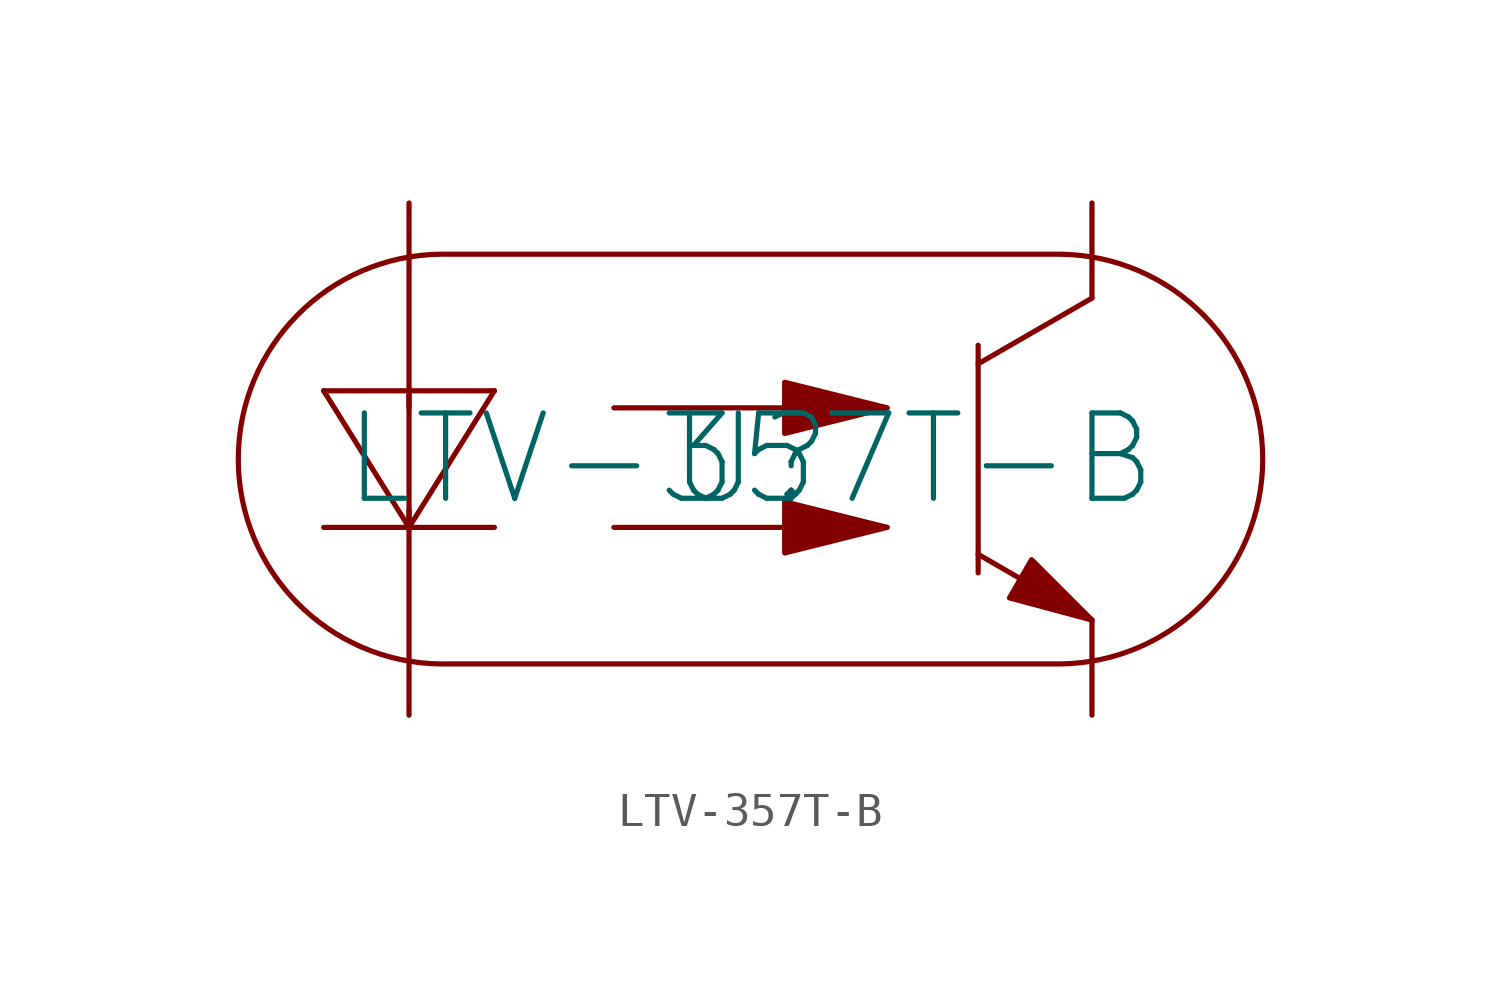
<source format=kicad_sym>
(kicad_symbol_lib
  (version 20220914)
  (generator kicad_symbol_editor)
  (symbol "LTV-357T-B"
    (pin_numbers hide)
    (property "Reference" "U"
      (at 0 0 0)
      (effects (font (size 2.5 2.5))))
    (property "Value" "LTV-357T-B"
      (at 0 0 0)
      (effects (font (size 2.5 2.5))))
    (symbol "LTV-357T-B_0_1"
      (arc (start -9.06 6) (mid -15.0003 0) (end -9.06 -6) (stroke (width 0) (type default)) (fill (type none)))
      (polyline (pts (xy -12.5 -2) (xy -7.5 -2)) (stroke (width 0) (type default)) (fill (type none)))
      (polyline (pts (xy -12.5 2) (xy -10 -2)) (stroke (width 0) (type default)) (fill (type none)))
      (polyline (pts (xy -12.5 2) (xy -7.5 2)) (stroke (width 0) (type default)) (fill (type none)))
      (polyline (pts (xy -10 2) (xy -10 -2)) (stroke (width 0) (type default)) (fill (type none)))
      (polyline (pts (xy -9 -6) (xy 9 -6)) (stroke (width 0) (type default)) (fill (type none)))
      (polyline (pts (xy -9 6) (xy 9 6)) (stroke (width 0) (type default)) (fill (type none)))
      (polyline (pts (xy -7.5 2) (xy -10 -2)) (stroke (width 0) (type default)) (fill (type none)))
      (polyline (pts (xy -4 -2) (xy 4 -2)) (stroke (width 0) (type default)) (fill (type none)))
      (polyline (pts (xy -4 1.5) (xy 4 1.5)) (stroke (width 0) (type default)) (fill (type none)))
      (polyline (pts (xy 6.667 -2.789) (xy 10 -4.714)) (stroke (width 0) (type default)) (fill (type none)))
      (polyline (pts (xy 6.667 2.789) (xy 10 4.714)) (stroke (width 0) (type default)) (fill (type none)))
      (polyline (pts (xy 6.667 3.333) (xy 6.667 -3.333)) (stroke (width 0) (type default)) (fill (type none)))
      (arc (start 9.06 -6) (mid 15.0003 0) (end 9.06 6) (stroke (width 0) (type default)) (fill (type none))))
    (symbol "LTV-357T-B_1_0"
      (pin input line (at -10 7.5 270) (length 6) (name "" (effects (font (size 1.27 1.27)))) (number "1" (effects (font (size 1.27 1.27))))))
    (symbol "LTV-357T-B_1_1"
      (polyline (pts (xy 4 -2) (xy 1 -2.75) (xy 1 -1.25) (xy 4 -2)) (stroke (width 0) (type default)) (fill (type outline)))
      (polyline (pts (xy 4 1.5) (xy 1 0.75) (xy 1 2.25) (xy 4 1.5)) (stroke (width 0) (type default)) (fill (type outline)))
      (polyline (pts (xy 10 -4.714) (xy 7.585 -4.066) (xy 8.232 -2.946) (xy 10 -4.714)) (stroke (width 0) (type default)) (fill (type outline)))
      (pin input line (at -10 -7.5 90) (length 6) (name "" (effects (font (size 1.27 1.27)))) (number "2" (effects (font (size 1.27 1.27)))))
      (pin input line (at 10 -7.5 90) (length 2.786) (name "" (effects (font (size 1.27 1.27)))) (number "3" (effects (font (size 1.27 1.27)))))
      (pin input line (at 10 7.5 270) (length 2.786) (name "" (effects (font (size 1.27 1.27)))) (number "4" (effects (font (size 1.27 1.27))))))))
</source>
